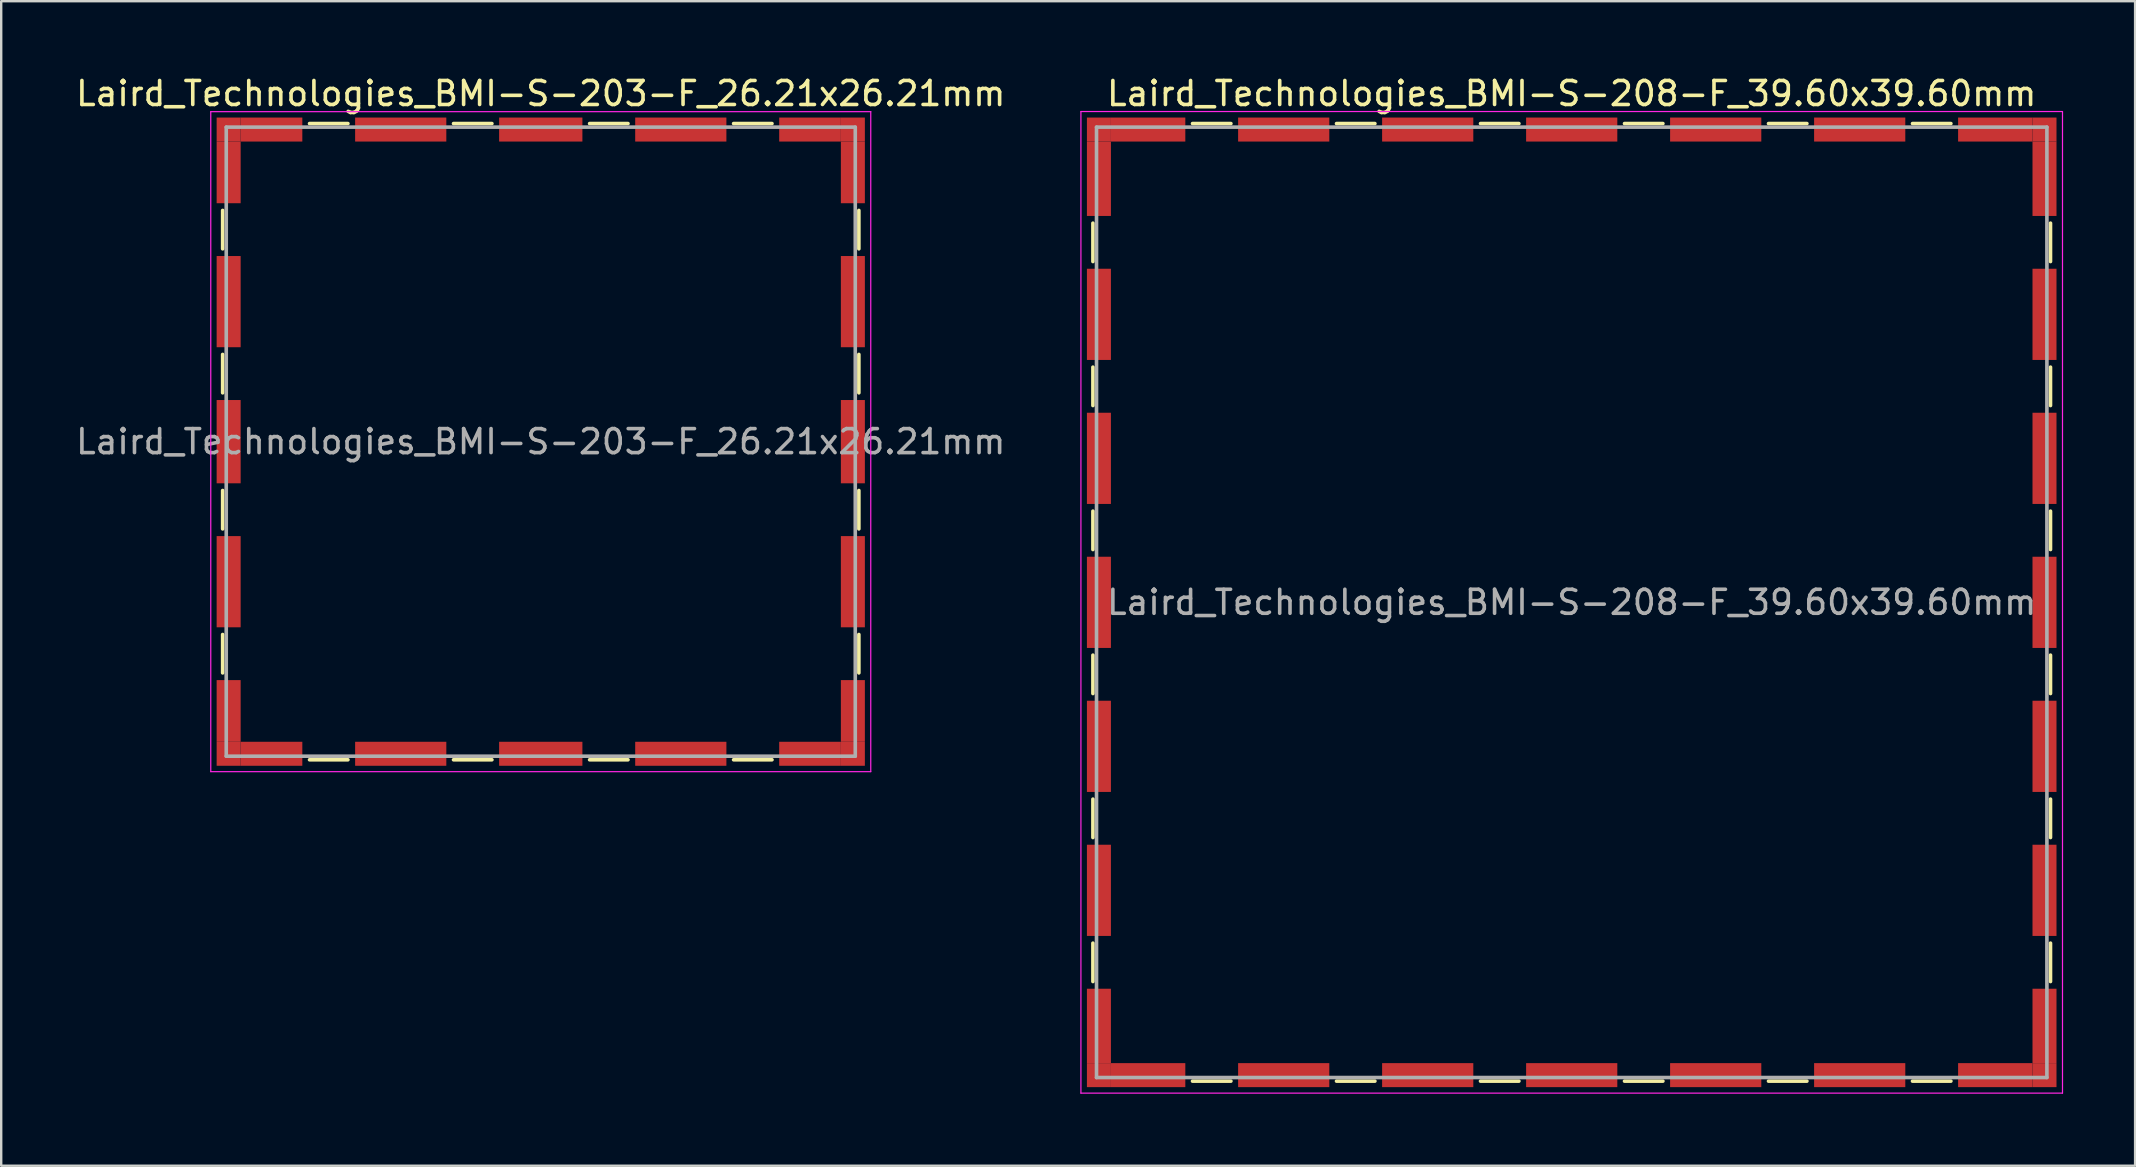
<source format=kicad_pcb>
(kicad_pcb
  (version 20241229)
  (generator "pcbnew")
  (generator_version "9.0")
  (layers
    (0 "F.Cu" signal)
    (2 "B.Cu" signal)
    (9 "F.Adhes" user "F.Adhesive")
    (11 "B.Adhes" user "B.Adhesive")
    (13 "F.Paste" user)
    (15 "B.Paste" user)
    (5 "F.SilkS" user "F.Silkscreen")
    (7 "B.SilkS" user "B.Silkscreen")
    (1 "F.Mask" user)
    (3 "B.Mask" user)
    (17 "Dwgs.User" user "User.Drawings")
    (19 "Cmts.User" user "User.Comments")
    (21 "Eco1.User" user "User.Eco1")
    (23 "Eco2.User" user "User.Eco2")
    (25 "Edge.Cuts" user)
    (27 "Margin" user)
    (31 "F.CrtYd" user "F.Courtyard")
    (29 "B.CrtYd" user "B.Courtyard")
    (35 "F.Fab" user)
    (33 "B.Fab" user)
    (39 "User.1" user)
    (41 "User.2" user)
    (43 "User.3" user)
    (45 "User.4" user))
  (footprint "Laird_Technologies_BMI-S-203-F_26.21x26.21mm"
    (layer "F.Cu")
    (at 19.482 15.353)
    (property "Reference" "Laird_Technologies_BMI-S-203-F_26.21x26.21mm" (at 0 -14.505 0) (layer "F.SilkS") (effects (font (size 1 1) (thickness 0.15))))
    (attr smd)
    (fp_line (start -13.255 -9.635) (end -13.255 -8.035) (stroke (width 0.15) (type solid)) (layer "F.SilkS"))
    (fp_line (start -13.255 -3.635) (end -13.255 -2.035) (stroke (width 0.15) (type solid)) (layer "F.SilkS"))
    (fp_line (start -13.255 2.035) (end -13.255 3.635) (stroke (width 0.15) (type solid)) (layer "F.SilkS"))
    (fp_line (start -13.255 8.035) (end -13.255 9.635) (stroke (width 0.15) (type solid)) (layer "F.SilkS"))
    (fp_line (start -9.635 -13.255) (end -8.035 -13.255) (stroke (width 0.15) (type solid)) (layer "F.SilkS"))
    (fp_line (start -9.635 13.255) (end -8.035 13.255) (stroke (width 0.15) (type solid)) (layer "F.SilkS"))
    (fp_line (start -3.635 -13.255) (end -2.035 -13.255) (stroke (width 0.15) (type solid)) (layer "F.SilkS"))
    (fp_line (start -3.635 13.255) (end -2.035 13.255) (stroke (width 0.15) (type solid)) (layer "F.SilkS"))
    (fp_line (start 2.035 -13.255) (end 3.635 -13.255) (stroke (width 0.15) (type solid)) (layer "F.SilkS"))
    (fp_line (start 2.035 13.255) (end 3.635 13.255) (stroke (width 0.15) (type solid)) (layer "F.SilkS"))
    (fp_line (start 8.035 -13.255) (end 9.635 -13.255) (stroke (width 0.15) (type solid)) (layer "F.SilkS"))
    (fp_line (start 8.035 13.255) (end 9.635 13.255) (stroke (width 0.15) (type solid)) (layer "F.SilkS"))
    (fp_line (start 13.255 -9.635) (end 13.255 -8.035) (stroke (width 0.15) (type solid)) (layer "F.SilkS"))
    (fp_line (start 13.255 -3.635) (end 13.255 -2.035) (stroke (width 0.15) (type solid)) (layer "F.SilkS"))
    (fp_line (start 13.255 2.035) (end 13.255 3.635) (stroke (width 0.15) (type solid)) (layer "F.SilkS"))
    (fp_line (start 13.255 8.035) (end 13.255 9.635) (stroke (width 0.15) (type solid)) (layer "F.SilkS"))
    (fp_line (start -13.75 -13.75) (end -13.75 13.75) (stroke (width 0.05) (type solid)) (layer "F.CrtYd"))
    (fp_line (start -13.75 13.75) (end 13.75 13.75) (stroke (width 0.05) (type solid)) (layer "F.CrtYd"))
    (fp_line (start 13.75 -13.75) (end -13.75 -13.75) (stroke (width 0.05) (type solid)) (layer "F.CrtYd"))
    (fp_line (start 13.75 13.75) (end 13.75 -13.75) (stroke (width 0.05) (type solid)) (layer "F.CrtYd"))
    (fp_line (start -13.105 -13.105) (end -13.105 13.105) (stroke (width 0.15) (type solid)) (layer "F.Fab"))
    (fp_line (start -13.105 13.105) (end 13.105 13.105) (stroke (width 0.15) (type solid)) (layer "F.Fab"))
    (fp_line (start 13.105 -13.105) (end -13.105 -13.105) (stroke (width 0.15) (type solid)) (layer "F.Fab"))
    (fp_line (start 13.105 13.105) (end 13.105 -13.105) (stroke (width 0.15) (type solid)) (layer "F.Fab"))
    (fp_text user "${REFERENCE}" (at 0 0 0) (layer "F.Fab") (effects (font (size 1 1) (thickness 0.15))))
    (pad "1" smd rect (at -13.005 -13.005) (size 1 1) (layers "F.Cu" "F.Mask"))
    (pad "1" smd rect (at -13.005 -11.22) (size 1 2.57) (layers "F.Cu" "F.Mask"))
    (pad "1" smd rect (at -13.005 -5.835) (size 1 3.8) (layers "F.Cu" "F.Mask"))
    (pad "1" smd rect (at -13.005 0) (size 1 3.47) (layers "F.Cu" "F.Mask"))
    (pad "1" smd rect (at -13.005 5.835) (size 1 3.8) (layers "F.Cu" "F.Mask"))
    (pad "1" smd rect (at -13.005 11.22) (size 1 2.57) (layers "F.Cu" "F.Mask"))
    (pad "1" smd rect (at -13.005 13.005) (size 1 1) (layers "F.Cu" "F.Mask"))
    (pad "1" smd rect (at -11.22 -13.005) (size 2.57 1) (layers "F.Cu" "F.Mask"))
    (pad "1" smd rect (at -11.22 13.005) (size 2.57 1) (layers "F.Cu" "F.Mask"))
    (pad "1" smd rect (at -5.835 -13.005) (size 3.8 1) (layers "F.Cu" "F.Mask"))
    (pad "1" smd rect (at -5.835 13.005) (size 3.8 1) (layers "F.Cu" "F.Mask"))
    (pad "1" smd rect (at 0 -13.005) (size 3.47 1) (layers "F.Cu" "F.Mask"))
    (pad "1" smd rect (at 0 13.005) (size 3.47 1) (layers "F.Cu" "F.Mask"))
    (pad "1" smd rect (at 5.835 -13.005) (size 3.8 1) (layers "F.Cu" "F.Mask"))
    (pad "1" smd rect (at 5.835 13.005) (size 3.8 1) (layers "F.Cu" "F.Mask"))
    (pad "1" smd rect (at 11.22 -13.005) (size 2.57 1) (layers "F.Cu" "F.Mask"))
    (pad "1" smd rect (at 11.22 13.005) (size 2.57 1) (layers "F.Cu" "F.Mask"))
    (pad "1" smd rect (at 13.005 -13.005) (size 1 1) (layers "F.Cu" "F.Mask"))
    (pad "1" smd rect (at 13.005 -11.22) (size 1 2.57) (layers "F.Cu" "F.Mask"))
    (pad "1" smd rect (at 13.005 -5.835) (size 1 3.8) (layers "F.Cu" "F.Mask"))
    (pad "1" smd rect (at 13.005 0) (size 1 3.47) (layers "F.Cu" "F.Mask"))
    (pad "1" smd rect (at 13.005 5.835) (size 1 3.8) (layers "F.Cu" "F.Mask"))
    (pad "1" smd rect (at 13.005 11.22) (size 1 2.57) (layers "F.Cu" "F.Mask"))
    (pad "1" smd rect (at 13.005 13.005) (size 1 1) (layers "F.Cu" "F.Mask")))
  (footprint "Laird_Technologies_BMI-S-208-F_39.60x39.60mm"
    (layer "F.Cu")
    (at 62.439 22.048)
    (property "Reference" "Laird_Technologies_BMI-S-208-F_39.60x39.60mm" (at 0 -21.2 0) (layer "F.SilkS") (effects (font (size 1 1) (thickness 0.15))))
    (attr smd)
    (fp_line (start -19.95 -15.8) (end -19.95 -14.2) (stroke (width 0.15) (type solid)) (layer "F.SilkS"))
    (fp_line (start -19.95 -9.8) (end -19.95 -8.2) (stroke (width 0.15) (type solid)) (layer "F.SilkS"))
    (fp_line (start -19.95 -3.8) (end -19.95 -2.2) (stroke (width 0.15) (type solid)) (layer "F.SilkS"))
    (fp_line (start -19.95 2.2) (end -19.95 3.8) (stroke (width 0.15) (type solid)) (layer "F.SilkS"))
    (fp_line (start -19.95 8.2) (end -19.95 9.8) (stroke (width 0.15) (type solid)) (layer "F.SilkS"))
    (fp_line (start -19.95 14.2) (end -19.95 15.8) (stroke (width 0.15) (type solid)) (layer "F.SilkS"))
    (fp_line (start -15.8 -19.95) (end -14.2 -19.95) (stroke (width 0.15) (type solid)) (layer "F.SilkS"))
    (fp_line (start -15.8 19.95) (end -14.2 19.95) (stroke (width 0.15) (type solid)) (layer "F.SilkS"))
    (fp_line (start -9.8 -19.95) (end -8.2 -19.95) (stroke (width 0.15) (type solid)) (layer "F.SilkS"))
    (fp_line (start -9.8 19.95) (end -8.2 19.95) (stroke (width 0.15) (type solid)) (layer "F.SilkS"))
    (fp_line (start -3.8 -19.95) (end -2.2 -19.95) (stroke (width 0.15) (type solid)) (layer "F.SilkS"))
    (fp_line (start -3.8 19.95) (end -2.2 19.95) (stroke (width 0.15) (type solid)) (layer "F.SilkS"))
    (fp_line (start 2.2 -19.95) (end 3.8 -19.95) (stroke (width 0.15) (type solid)) (layer "F.SilkS"))
    (fp_line (start 2.2 19.95) (end 3.8 19.95) (stroke (width 0.15) (type solid)) (layer "F.SilkS"))
    (fp_line (start 8.2 -19.95) (end 9.8 -19.95) (stroke (width 0.15) (type solid)) (layer "F.SilkS"))
    (fp_line (start 8.2 19.95) (end 9.8 19.95) (stroke (width 0.15) (type solid)) (layer "F.SilkS"))
    (fp_line (start 14.2 -19.95) (end 15.8 -19.95) (stroke (width 0.15) (type solid)) (layer "F.SilkS"))
    (fp_line (start 14.2 19.95) (end 15.8 19.95) (stroke (width 0.15) (type solid)) (layer "F.SilkS"))
    (fp_line (start 19.95 -15.8) (end 19.95 -14.2) (stroke (width 0.15) (type solid)) (layer "F.SilkS"))
    (fp_line (start 19.95 -9.8) (end 19.95 -8.2) (stroke (width 0.15) (type solid)) (layer "F.SilkS"))
    (fp_line (start 19.95 -3.8) (end 19.95 -2.2) (stroke (width 0.15) (type solid)) (layer "F.SilkS"))
    (fp_line (start 19.95 2.2) (end 19.95 3.8) (stroke (width 0.15) (type solid)) (layer "F.SilkS"))
    (fp_line (start 19.95 8.2) (end 19.95 9.8) (stroke (width 0.15) (type solid)) (layer "F.SilkS"))
    (fp_line (start 19.95 14.2) (end 19.95 15.8) (stroke (width 0.15) (type solid)) (layer "F.SilkS"))
    (fp_line (start -20.45 -20.45) (end -20.45 20.45) (stroke (width 0.05) (type solid)) (layer "F.CrtYd"))
    (fp_line (start -20.45 20.45) (end 20.45 20.45) (stroke (width 0.05) (type solid)) (layer "F.CrtYd"))
    (fp_line (start 20.45 -20.45) (end -20.45 -20.45) (stroke (width 0.05) (type solid)) (layer "F.CrtYd"))
    (fp_line (start 20.45 20.45) (end 20.45 -20.45) (stroke (width 0.05) (type solid)) (layer "F.CrtYd"))
    (fp_line (start -19.8 -19.8) (end -19.8 19.8) (stroke (width 0.15) (type solid)) (layer "F.Fab"))
    (fp_line (start -19.8 19.8) (end 19.8 19.8) (stroke (width 0.15) (type solid)) (layer "F.Fab"))
    (fp_line (start 19.8 -19.8) (end -19.8 -19.8) (stroke (width 0.15) (type solid)) (layer "F.Fab"))
    (fp_line (start 19.8 19.8) (end 19.8 -19.8) (stroke (width 0.15) (type solid)) (layer "F.Fab"))
    (fp_text user "${REFERENCE}" (at 0 0 0) (layer "F.Fab") (effects (font (size 1 1) (thickness 0.15))))
    (pad "1" smd rect (at -19.7 -19.7) (size 1 1) (layers "F.Cu" "F.Mask"))
    (pad "1" smd rect (at -19.7 -17.65) (size 1 3.1) (layers "F.Cu" "F.Mask"))
    (pad "1" smd rect (at -19.7 -12) (size 1 3.8) (layers "F.Cu" "F.Mask"))
    (pad "1" smd rect (at -19.7 -6) (size 1 3.8) (layers "F.Cu" "F.Mask"))
    (pad "1" smd rect (at -19.7 0) (size 1 3.8) (layers "F.Cu" "F.Mask"))
    (pad "1" smd rect (at -19.7 6) (size 1 3.8) (layers "F.Cu" "F.Mask"))
    (pad "1" smd rect (at -19.7 12) (size 1 3.8) (layers "F.Cu" "F.Mask"))
    (pad "1" smd rect (at -19.7 17.65) (size 1 3.1) (layers "F.Cu" "F.Mask"))
    (pad "1" smd rect (at -19.7 19.7) (size 1 1) (layers "F.Cu" "F.Mask"))
    (pad "1" smd rect (at -17.65 -19.7) (size 3.1 1) (layers "F.Cu" "F.Mask"))
    (pad "1" smd rect (at -17.65 19.7) (size 3.1 1) (layers "F.Cu" "F.Mask"))
    (pad "1" smd rect (at -12 -19.7) (size 3.8 1) (layers "F.Cu" "F.Mask"))
    (pad "1" smd rect (at -12 19.7) (size 3.8 1) (layers "F.Cu" "F.Mask"))
    (pad "1" smd rect (at -6 -19.7) (size 3.8 1) (layers "F.Cu" "F.Mask"))
    (pad "1" smd rect (at -6 19.7) (size 3.8 1) (layers "F.Cu" "F.Mask"))
    (pad "1" smd rect (at 0 -19.7) (size 3.8 1) (layers "F.Cu" "F.Mask"))
    (pad "1" smd rect (at 0 19.7) (size 3.8 1) (layers "F.Cu" "F.Mask"))
    (pad "1" smd rect (at 6 -19.7) (size 3.8 1) (layers "F.Cu" "F.Mask"))
    (pad "1" smd rect (at 6 19.7) (size 3.8 1) (layers "F.Cu" "F.Mask"))
    (pad "1" smd rect (at 12 -19.7) (size 3.8 1) (layers "F.Cu" "F.Mask"))
    (pad "1" smd rect (at 12 19.7) (size 3.8 1) (layers "F.Cu" "F.Mask"))
    (pad "1" smd rect (at 17.65 -19.7) (size 3.1 1) (layers "F.Cu" "F.Mask"))
    (pad "1" smd rect (at 17.65 19.7) (size 3.1 1) (layers "F.Cu" "F.Mask"))
    (pad "1" smd rect (at 19.7 -19.7) (size 1 1) (layers "F.Cu" "F.Mask"))
    (pad "1" smd rect (at 19.7 -17.65) (size 1 3.1) (layers "F.Cu" "F.Mask"))
    (pad "1" smd rect (at 19.7 -12) (size 1 3.8) (layers "F.Cu" "F.Mask"))
    (pad "1" smd rect (at 19.7 -6) (size 1 3.8) (layers "F.Cu" "F.Mask"))
    (pad "1" smd rect (at 19.7 0) (size 1 3.8) (layers "F.Cu" "F.Mask"))
    (pad "1" smd rect (at 19.7 6) (size 1 3.8) (layers "F.Cu" "F.Mask"))
    (pad "1" smd rect (at 19.7 12) (size 1 3.8) (layers "F.Cu" "F.Mask"))
    (pad "1" smd rect (at 19.7 17.65) (size 1 3.1) (layers "F.Cu" "F.Mask"))
    (pad "1" smd rect (at 19.7 19.7) (size 1 1) (layers "F.Cu" "F.Mask")))
  (gr_rect
    (start -3 -3)
    (end 85.914 45.523)
    (stroke (width 0.1) (type default))
    (fill no)
    (layer "Edge.Cuts")))
</source>
